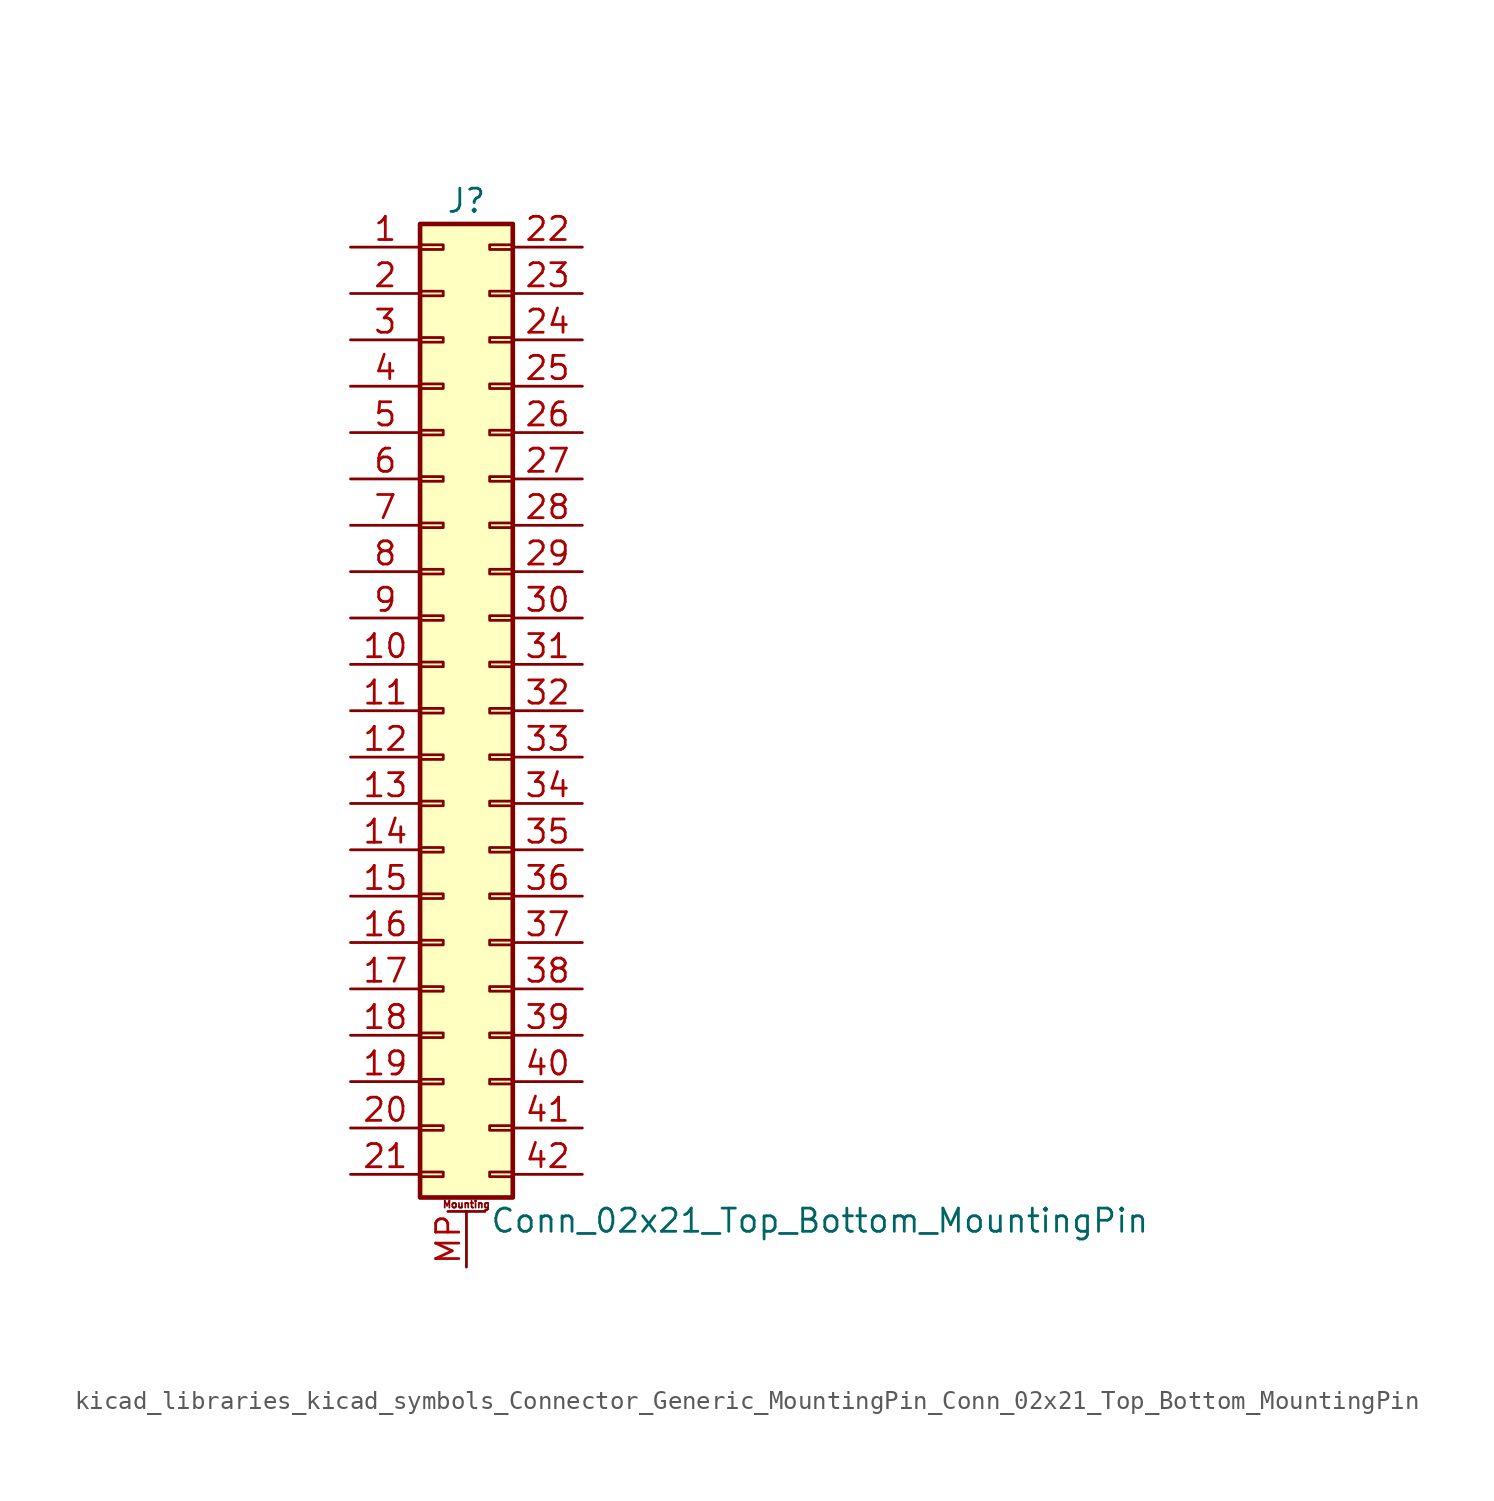
<source format=kicad_sym>
(kicad_symbol_lib
  (version 20220914)
  (generator kicad_symbol_editor)
  (symbol "kicad_libraries_kicad_symbols_Connector_Generic_MountingPin_Conn_02x21_Top_Bottom_MountingPin"
    (pin_names
      (offset 1.016) hide)
    (property "Reference" "J"
      (at 1.27 27.94 0)
      (effects (font (size 1.27 1.27))))
    (property "Value" "Conn_02x21_Top_Bottom_MountingPin"
      (at 2.54 -27.94 0)
      (effects (font (size 1.27 1.27)) (justify left)))
    (symbol "kicad_libraries_kicad_symbols_Connector_Generic_MountingPin_Conn_02x21_Top_Bottom_MountingPin_1_1"
      (rectangle (start -1.27 -25.273) (end 0 -25.527) (stroke (width 0.152) (type default)) (fill (type none)))
      (rectangle (start -1.27 -22.733) (end 0 -22.987) (stroke (width 0.152) (type default)) (fill (type none)))
      (rectangle (start -1.27 -20.193) (end 0 -20.447) (stroke (width 0.152) (type default)) (fill (type none)))
      (rectangle (start -1.27 -17.653) (end 0 -17.907) (stroke (width 0.152) (type default)) (fill (type none)))
      (rectangle (start -1.27 -15.113) (end 0 -15.367) (stroke (width 0.152) (type default)) (fill (type none)))
      (rectangle (start -1.27 -12.573) (end 0 -12.827) (stroke (width 0.152) (type default)) (fill (type none)))
      (rectangle (start -1.27 -10.033) (end 0 -10.287) (stroke (width 0.152) (type default)) (fill (type none)))
      (rectangle (start -1.27 -7.493) (end 0 -7.747) (stroke (width 0.152) (type default)) (fill (type none)))
      (rectangle (start -1.27 -4.953) (end 0 -5.207) (stroke (width 0.152) (type default)) (fill (type none)))
      (rectangle (start -1.27 -2.413) (end 0 -2.667) (stroke (width 0.152) (type default)) (fill (type none)))
      (rectangle (start -1.27 0.127) (end 0 -0.127) (stroke (width 0.152) (type default)) (fill (type none)))
      (rectangle (start -1.27 2.667) (end 0 2.413) (stroke (width 0.152) (type default)) (fill (type none)))
      (rectangle (start -1.27 5.207) (end 0 4.953) (stroke (width 0.152) (type default)) (fill (type none)))
      (rectangle (start -1.27 7.747) (end 0 7.493) (stroke (width 0.152) (type default)) (fill (type none)))
      (rectangle (start -1.27 10.287) (end 0 10.033) (stroke (width 0.152) (type default)) (fill (type none)))
      (rectangle (start -1.27 12.827) (end 0 12.573) (stroke (width 0.152) (type default)) (fill (type none)))
      (rectangle (start -1.27 15.367) (end 0 15.113) (stroke (width 0.152) (type default)) (fill (type none)))
      (rectangle (start -1.27 17.907) (end 0 17.653) (stroke (width 0.152) (type default)) (fill (type none)))
      (rectangle (start -1.27 20.447) (end 0 20.193) (stroke (width 0.152) (type default)) (fill (type none)))
      (rectangle (start -1.27 22.987) (end 0 22.733) (stroke (width 0.152) (type default)) (fill (type none)))
      (rectangle (start -1.27 25.527) (end 0 25.273) (stroke (width 0.152) (type default)) (fill (type none)))
      (rectangle (start -1.27 26.67) (end 3.81 -26.67) (stroke (width 0.254) (type default)) (fill (type background)))
      (polyline (pts (xy 0.254 -27.432) (xy 2.286 -27.432)) (stroke (width 0.152) (type default)) (fill (type none)))
      (rectangle (start 3.81 -25.273) (end 2.54 -25.527) (stroke (width 0.152) (type default)) (fill (type none)))
      (rectangle (start 3.81 -22.733) (end 2.54 -22.987) (stroke (width 0.152) (type default)) (fill (type none)))
      (rectangle (start 3.81 -20.193) (end 2.54 -20.447) (stroke (width 0.152) (type default)) (fill (type none)))
      (rectangle (start 3.81 -17.653) (end 2.54 -17.907) (stroke (width 0.152) (type default)) (fill (type none)))
      (rectangle (start 3.81 -15.113) (end 2.54 -15.367) (stroke (width 0.152) (type default)) (fill (type none)))
      (rectangle (start 3.81 -12.573) (end 2.54 -12.827) (stroke (width 0.152) (type default)) (fill (type none)))
      (rectangle (start 3.81 -10.033) (end 2.54 -10.287) (stroke (width 0.152) (type default)) (fill (type none)))
      (rectangle (start 3.81 -7.493) (end 2.54 -7.747) (stroke (width 0.152) (type default)) (fill (type none)))
      (rectangle (start 3.81 -4.953) (end 2.54 -5.207) (stroke (width 0.152) (type default)) (fill (type none)))
      (rectangle (start 3.81 -2.413) (end 2.54 -2.667) (stroke (width 0.152) (type default)) (fill (type none)))
      (rectangle (start 3.81 0.127) (end 2.54 -0.127) (stroke (width 0.152) (type default)) (fill (type none)))
      (rectangle (start 3.81 2.667) (end 2.54 2.413) (stroke (width 0.152) (type default)) (fill (type none)))
      (rectangle (start 3.81 5.207) (end 2.54 4.953) (stroke (width 0.152) (type default)) (fill (type none)))
      (rectangle (start 3.81 7.747) (end 2.54 7.493) (stroke (width 0.152) (type default)) (fill (type none)))
      (rectangle (start 3.81 10.287) (end 2.54 10.033) (stroke (width 0.152) (type default)) (fill (type none)))
      (rectangle (start 3.81 12.827) (end 2.54 12.573) (stroke (width 0.152) (type default)) (fill (type none)))
      (rectangle (start 3.81 15.367) (end 2.54 15.113) (stroke (width 0.152) (type default)) (fill (type none)))
      (rectangle (start 3.81 17.907) (end 2.54 17.653) (stroke (width 0.152) (type default)) (fill (type none)))
      (rectangle (start 3.81 20.447) (end 2.54 20.193) (stroke (width 0.152) (type default)) (fill (type none)))
      (rectangle (start 3.81 22.987) (end 2.54 22.733) (stroke (width 0.152) (type default)) (fill (type none)))
      (rectangle (start 3.81 25.527) (end 2.54 25.273) (stroke (width 0.152) (type default)) (fill (type none)))
      (text "Mounting" (at 1.27 -27.051 0) (effects (font (size 0.381 0.381))))
      (pin passive line (at -5.08 25.4 0) (length 3.81) (name "Pin_1" (effects (font (size 1.27 1.27)))) (number "1" (effects (font (size 1.27 1.27)))))
      (pin passive line (at -5.08 2.54 0) (length 3.81) (name "Pin_10" (effects (font (size 1.27 1.27)))) (number "10" (effects (font (size 1.27 1.27)))))
      (pin passive line (at -5.08 0 0) (length 3.81) (name "Pin_11" (effects (font (size 1.27 1.27)))) (number "11" (effects (font (size 1.27 1.27)))))
      (pin passive line (at -5.08 -2.54 0) (length 3.81) (name "Pin_12" (effects (font (size 1.27 1.27)))) (number "12" (effects (font (size 1.27 1.27)))))
      (pin passive line (at -5.08 -5.08 0) (length 3.81) (name "Pin_13" (effects (font (size 1.27 1.27)))) (number "13" (effects (font (size 1.27 1.27)))))
      (pin passive line (at -5.08 -7.62 0) (length 3.81) (name "Pin_14" (effects (font (size 1.27 1.27)))) (number "14" (effects (font (size 1.27 1.27)))))
      (pin passive line (at -5.08 -10.16 0) (length 3.81) (name "Pin_15" (effects (font (size 1.27 1.27)))) (number "15" (effects (font (size 1.27 1.27)))))
      (pin passive line (at -5.08 -12.7 0) (length 3.81) (name "Pin_16" (effects (font (size 1.27 1.27)))) (number "16" (effects (font (size 1.27 1.27)))))
      (pin passive line (at -5.08 -15.24 0) (length 3.81) (name "Pin_17" (effects (font (size 1.27 1.27)))) (number "17" (effects (font (size 1.27 1.27)))))
      (pin passive line (at -5.08 -17.78 0) (length 3.81) (name "Pin_18" (effects (font (size 1.27 1.27)))) (number "18" (effects (font (size 1.27 1.27)))))
      (pin passive line (at -5.08 -20.32 0) (length 3.81) (name "Pin_19" (effects (font (size 1.27 1.27)))) (number "19" (effects (font (size 1.27 1.27)))))
      (pin passive line (at -5.08 22.86 0) (length 3.81) (name "Pin_2" (effects (font (size 1.27 1.27)))) (number "2" (effects (font (size 1.27 1.27)))))
      (pin passive line (at -5.08 -22.86 0) (length 3.81) (name "Pin_20" (effects (font (size 1.27 1.27)))) (number "20" (effects (font (size 1.27 1.27)))))
      (pin passive line (at -5.08 -25.4 0) (length 3.81) (name "Pin_21" (effects (font (size 1.27 1.27)))) (number "21" (effects (font (size 1.27 1.27)))))
      (pin passive line (at 7.62 25.4 180) (length 3.81) (name "Pin_22" (effects (font (size 1.27 1.27)))) (number "22" (effects (font (size 1.27 1.27)))))
      (pin passive line (at 7.62 22.86 180) (length 3.81) (name "Pin_23" (effects (font (size 1.27 1.27)))) (number "23" (effects (font (size 1.27 1.27)))))
      (pin passive line (at 7.62 20.32 180) (length 3.81) (name "Pin_24" (effects (font (size 1.27 1.27)))) (number "24" (effects (font (size 1.27 1.27)))))
      (pin passive line (at 7.62 17.78 180) (length 3.81) (name "Pin_25" (effects (font (size 1.27 1.27)))) (number "25" (effects (font (size 1.27 1.27)))))
      (pin passive line (at 7.62 15.24 180) (length 3.81) (name "Pin_26" (effects (font (size 1.27 1.27)))) (number "26" (effects (font (size 1.27 1.27)))))
      (pin passive line (at 7.62 12.7 180) (length 3.81) (name "Pin_27" (effects (font (size 1.27 1.27)))) (number "27" (effects (font (size 1.27 1.27)))))
      (pin passive line (at 7.62 10.16 180) (length 3.81) (name "Pin_28" (effects (font (size 1.27 1.27)))) (number "28" (effects (font (size 1.27 1.27)))))
      (pin passive line (at 7.62 7.62 180) (length 3.81) (name "Pin_29" (effects (font (size 1.27 1.27)))) (number "29" (effects (font (size 1.27 1.27)))))
      (pin passive line (at -5.08 20.32 0) (length 3.81) (name "Pin_3" (effects (font (size 1.27 1.27)))) (number "3" (effects (font (size 1.27 1.27)))))
      (pin passive line (at 7.62 5.08 180) (length 3.81) (name "Pin_30" (effects (font (size 1.27 1.27)))) (number "30" (effects (font (size 1.27 1.27)))))
      (pin passive line (at 7.62 2.54 180) (length 3.81) (name "Pin_31" (effects (font (size 1.27 1.27)))) (number "31" (effects (font (size 1.27 1.27)))))
      (pin passive line (at 7.62 0 180) (length 3.81) (name "Pin_32" (effects (font (size 1.27 1.27)))) (number "32" (effects (font (size 1.27 1.27)))))
      (pin passive line (at 7.62 -2.54 180) (length 3.81) (name "Pin_33" (effects (font (size 1.27 1.27)))) (number "33" (effects (font (size 1.27 1.27)))))
      (pin passive line (at 7.62 -5.08 180) (length 3.81) (name "Pin_34" (effects (font (size 1.27 1.27)))) (number "34" (effects (font (size 1.27 1.27)))))
      (pin passive line (at 7.62 -7.62 180) (length 3.81) (name "Pin_35" (effects (font (size 1.27 1.27)))) (number "35" (effects (font (size 1.27 1.27)))))
      (pin passive line (at 7.62 -10.16 180) (length 3.81) (name "Pin_36" (effects (font (size 1.27 1.27)))) (number "36" (effects (font (size 1.27 1.27)))))
      (pin passive line (at 7.62 -12.7 180) (length 3.81) (name "Pin_37" (effects (font (size 1.27 1.27)))) (number "37" (effects (font (size 1.27 1.27)))))
      (pin passive line (at 7.62 -15.24 180) (length 3.81) (name "Pin_38" (effects (font (size 1.27 1.27)))) (number "38" (effects (font (size 1.27 1.27)))))
      (pin passive line (at 7.62 -17.78 180) (length 3.81) (name "Pin_39" (effects (font (size 1.27 1.27)))) (number "39" (effects (font (size 1.27 1.27)))))
      (pin passive line (at -5.08 17.78 0) (length 3.81) (name "Pin_4" (effects (font (size 1.27 1.27)))) (number "4" (effects (font (size 1.27 1.27)))))
      (pin passive line (at 7.62 -20.32 180) (length 3.81) (name "Pin_40" (effects (font (size 1.27 1.27)))) (number "40" (effects (font (size 1.27 1.27)))))
      (pin passive line (at 7.62 -22.86 180) (length 3.81) (name "Pin_41" (effects (font (size 1.27 1.27)))) (number "41" (effects (font (size 1.27 1.27)))))
      (pin passive line (at 7.62 -25.4 180) (length 3.81) (name "Pin_42" (effects (font (size 1.27 1.27)))) (number "42" (effects (font (size 1.27 1.27)))))
      (pin passive line (at -5.08 15.24 0) (length 3.81) (name "Pin_5" (effects (font (size 1.27 1.27)))) (number "5" (effects (font (size 1.27 1.27)))))
      (pin passive line (at -5.08 12.7 0) (length 3.81) (name "Pin_6" (effects (font (size 1.27 1.27)))) (number "6" (effects (font (size 1.27 1.27)))))
      (pin passive line (at -5.08 10.16 0) (length 3.81) (name "Pin_7" (effects (font (size 1.27 1.27)))) (number "7" (effects (font (size 1.27 1.27)))))
      (pin passive line (at -5.08 7.62 0) (length 3.81) (name "Pin_8" (effects (font (size 1.27 1.27)))) (number "8" (effects (font (size 1.27 1.27)))))
      (pin passive line (at -5.08 5.08 0) (length 3.81) (name "Pin_9" (effects (font (size 1.27 1.27)))) (number "9" (effects (font (size 1.27 1.27)))))
      (pin passive line (at 1.27 -30.48 90) (length 3.048) (name "MountPin" (effects (font (size 1.27 1.27)))) (number "MP" (effects (font (size 1.27 1.27))))))))
</source>
